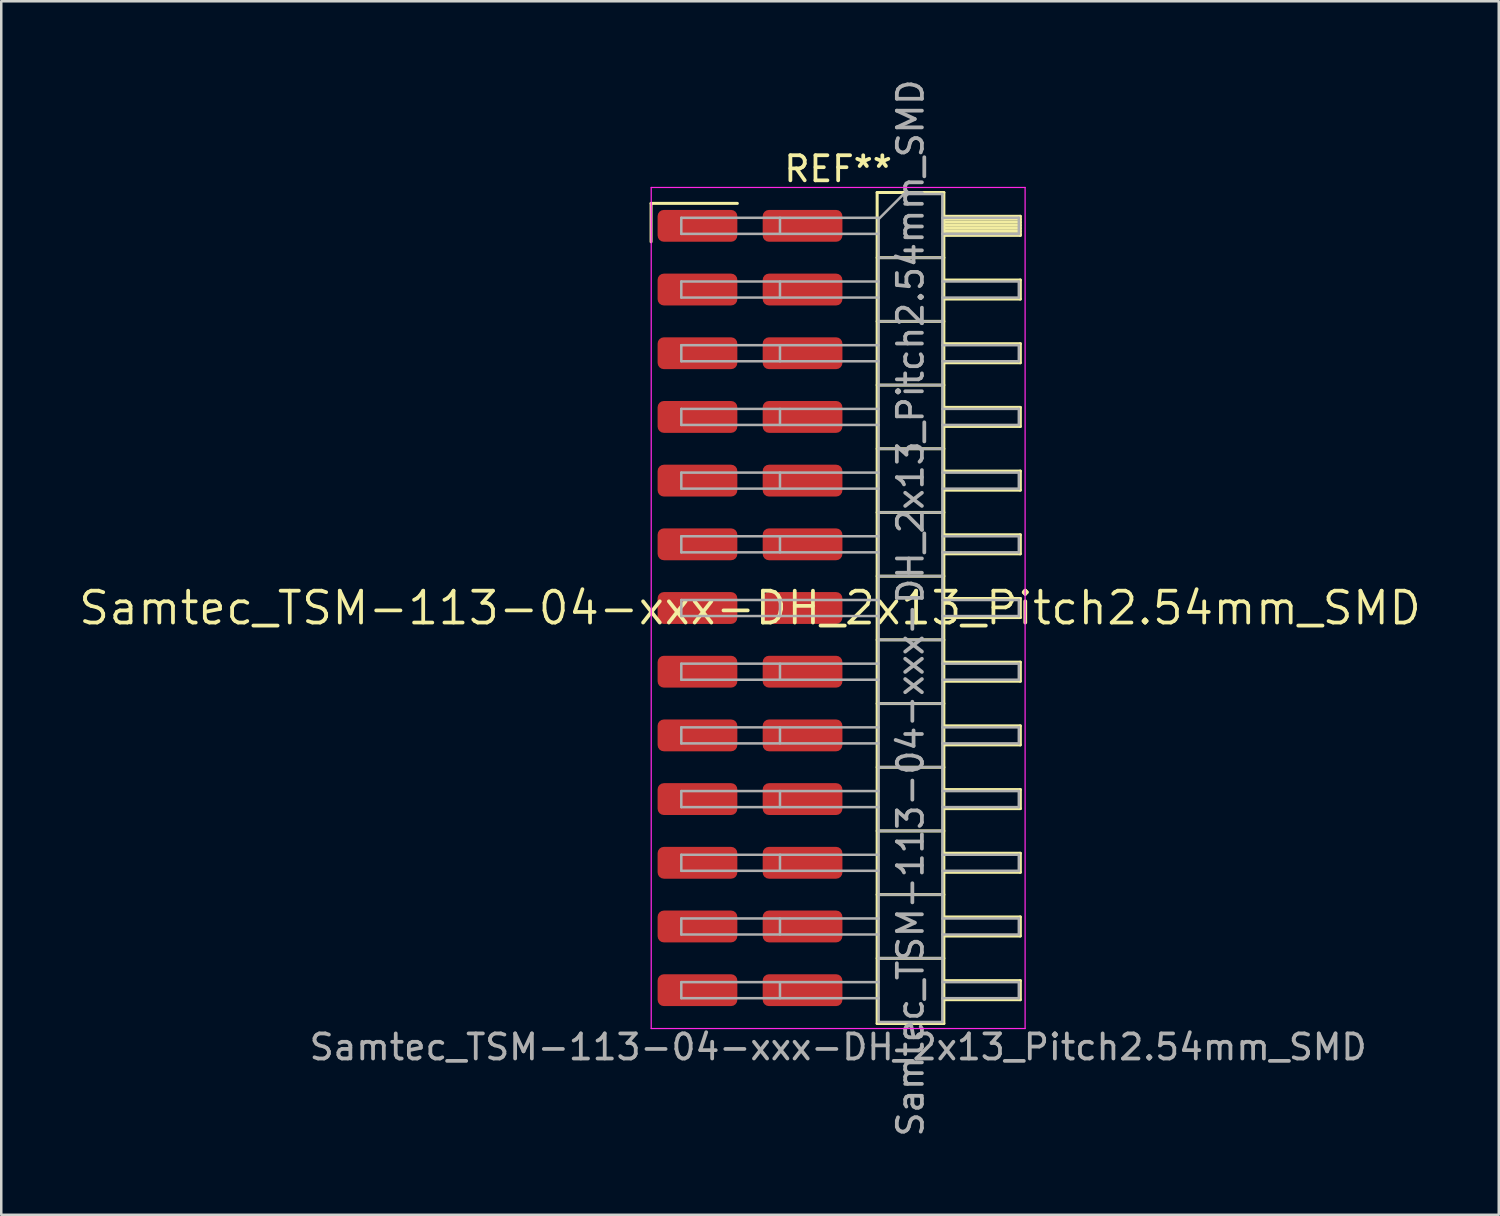
<source format=kicad_pcb>
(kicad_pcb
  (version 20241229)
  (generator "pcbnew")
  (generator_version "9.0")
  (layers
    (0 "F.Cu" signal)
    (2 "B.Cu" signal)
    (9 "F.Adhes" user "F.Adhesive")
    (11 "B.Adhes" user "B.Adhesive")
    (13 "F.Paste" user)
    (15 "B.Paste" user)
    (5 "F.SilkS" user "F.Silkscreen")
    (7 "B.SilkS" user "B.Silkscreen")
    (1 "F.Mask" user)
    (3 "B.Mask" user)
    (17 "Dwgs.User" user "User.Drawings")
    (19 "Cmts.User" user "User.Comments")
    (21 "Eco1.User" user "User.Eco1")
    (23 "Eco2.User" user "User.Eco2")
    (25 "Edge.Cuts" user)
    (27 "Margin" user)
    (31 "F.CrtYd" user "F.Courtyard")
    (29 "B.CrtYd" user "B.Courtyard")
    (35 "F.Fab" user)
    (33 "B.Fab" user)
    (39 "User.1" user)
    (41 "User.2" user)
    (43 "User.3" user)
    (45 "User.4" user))
  (footprint "Samtec_TSM-113-04-xxx-DH_2x13_Pitch2.54mm_SMD"
    (layer "F.Cu")
    (at 26.859 21.196)
    (property "Reference" "Samtec_TSM-113-04-xxx-DH_2x13_Pitch2.54mm_SMD" (at 0 0 0) (layer "F.SilkS") (effects (font (size 1.27 1.27) (thickness 0.15))))
    (attr smd)
    (fp_line (start -3.945 -16.135) (end -0.505 -16.135) (stroke (width 0.12) (type solid)) (layer "F.SilkS"))
    (fp_line (start -3.945 -14.605) (end -3.945 -16.135) (stroke (width 0.12) (type solid)) (layer "F.SilkS"))
    (fp_line (start 5.07 -16.57) (end 7.73 -16.57) (stroke (width 0.12) (type solid)) (layer "F.SilkS"))
    (fp_line (start 5.07 -13.97) (end 7.73 -13.97) (stroke (width 0.12) (type solid)) (layer "F.SilkS"))
    (fp_line (start 5.07 -11.43) (end 7.73 -11.43) (stroke (width 0.12) (type solid)) (layer "F.SilkS"))
    (fp_line (start 5.07 -8.89) (end 7.73 -8.89) (stroke (width 0.12) (type solid)) (layer "F.SilkS"))
    (fp_line (start 5.07 -6.35) (end 7.73 -6.35) (stroke (width 0.12) (type solid)) (layer "F.SilkS"))
    (fp_line (start 5.07 -3.81) (end 7.73 -3.81) (stroke (width 0.12) (type solid)) (layer "F.SilkS"))
    (fp_line (start 5.07 -1.27) (end 7.73 -1.27) (stroke (width 0.12) (type solid)) (layer "F.SilkS"))
    (fp_line (start 5.07 1.27) (end 7.73 1.27) (stroke (width 0.12) (type solid)) (layer "F.SilkS"))
    (fp_line (start 5.07 3.81) (end 7.73 3.81) (stroke (width 0.12) (type solid)) (layer "F.SilkS"))
    (fp_line (start 5.07 6.35) (end 7.73 6.35) (stroke (width 0.12) (type solid)) (layer "F.SilkS"))
    (fp_line (start 5.07 8.89) (end 7.73 8.89) (stroke (width 0.12) (type solid)) (layer "F.SilkS"))
    (fp_line (start 5.07 11.43) (end 7.73 11.43) (stroke (width 0.12) (type solid)) (layer "F.SilkS"))
    (fp_line (start 5.07 13.97) (end 7.73 13.97) (stroke (width 0.12) (type solid)) (layer "F.SilkS"))
    (fp_line (start 5.07 16.57) (end 5.07 -16.57) (stroke (width 0.12) (type solid)) (layer "F.SilkS"))
    (fp_line (start 7.73 -16.57) (end 7.73 16.57) (stroke (width 0.12) (type solid)) (layer "F.SilkS"))
    (fp_line (start 7.73 -15.62) (end 10.78 -15.62) (stroke (width 0.12) (type solid)) (layer "F.SilkS"))
    (fp_line (start 7.73 -15.5) (end 10.78 -15.5) (stroke (width 0.12) (type solid)) (layer "F.SilkS"))
    (fp_line (start 7.73 -15.38) (end 10.78 -15.38) (stroke (width 0.12) (type solid)) (layer "F.SilkS"))
    (fp_line (start 7.73 -15.26) (end 10.78 -15.26) (stroke (width 0.12) (type solid)) (layer "F.SilkS"))
    (fp_line (start 7.73 -15.14) (end 10.78 -15.14) (stroke (width 0.12) (type solid)) (layer "F.SilkS"))
    (fp_line (start 7.73 -15.02) (end 10.78 -15.02) (stroke (width 0.12) (type solid)) (layer "F.SilkS"))
    (fp_line (start 7.73 -14.9) (end 10.78 -14.9) (stroke (width 0.12) (type solid)) (layer "F.SilkS"))
    (fp_line (start 7.73 -14.86) (end 10.78 -14.86) (stroke (width 0.12) (type solid)) (layer "F.SilkS"))
    (fp_line (start 7.73 -13.08) (end 10.78 -13.08) (stroke (width 0.12) (type solid)) (layer "F.SilkS"))
    (fp_line (start 7.73 -12.32) (end 10.78 -12.32) (stroke (width 0.12) (type solid)) (layer "F.SilkS"))
    (fp_line (start 7.73 -10.54) (end 10.78 -10.54) (stroke (width 0.12) (type solid)) (layer "F.SilkS"))
    (fp_line (start 7.73 -9.78) (end 10.78 -9.78) (stroke (width 0.12) (type solid)) (layer "F.SilkS"))
    (fp_line (start 7.73 -8) (end 10.78 -8) (stroke (width 0.12) (type solid)) (layer "F.SilkS"))
    (fp_line (start 7.73 -7.24) (end 10.78 -7.24) (stroke (width 0.12) (type solid)) (layer "F.SilkS"))
    (fp_line (start 7.73 -5.46) (end 10.78 -5.46) (stroke (width 0.12) (type solid)) (layer "F.SilkS"))
    (fp_line (start 7.73 -4.7) (end 10.78 -4.7) (stroke (width 0.12) (type solid)) (layer "F.SilkS"))
    (fp_line (start 7.73 -2.92) (end 10.78 -2.92) (stroke (width 0.12) (type solid)) (layer "F.SilkS"))
    (fp_line (start 7.73 -2.16) (end 10.78 -2.16) (stroke (width 0.12) (type solid)) (layer "F.SilkS"))
    (fp_line (start 7.73 -0.38) (end 10.78 -0.38) (stroke (width 0.12) (type solid)) (layer "F.SilkS"))
    (fp_line (start 7.73 0.38) (end 10.78 0.38) (stroke (width 0.12) (type solid)) (layer "F.SilkS"))
    (fp_line (start 7.73 2.16) (end 10.78 2.16) (stroke (width 0.12) (type solid)) (layer "F.SilkS"))
    (fp_line (start 7.73 2.92) (end 10.78 2.92) (stroke (width 0.12) (type solid)) (layer "F.SilkS"))
    (fp_line (start 7.73 4.7) (end 10.78 4.7) (stroke (width 0.12) (type solid)) (layer "F.SilkS"))
    (fp_line (start 7.73 5.46) (end 10.78 5.46) (stroke (width 0.12) (type solid)) (layer "F.SilkS"))
    (fp_line (start 7.73 7.24) (end 10.78 7.24) (stroke (width 0.12) (type solid)) (layer "F.SilkS"))
    (fp_line (start 7.73 8) (end 10.78 8) (stroke (width 0.12) (type solid)) (layer "F.SilkS"))
    (fp_line (start 7.73 9.78) (end 10.78 9.78) (stroke (width 0.12) (type solid)) (layer "F.SilkS"))
    (fp_line (start 7.73 10.54) (end 10.78 10.54) (stroke (width 0.12) (type solid)) (layer "F.SilkS"))
    (fp_line (start 7.73 12.32) (end 10.78 12.32) (stroke (width 0.12) (type solid)) (layer "F.SilkS"))
    (fp_line (start 7.73 13.08) (end 10.78 13.08) (stroke (width 0.12) (type solid)) (layer "F.SilkS"))
    (fp_line (start 7.73 14.86) (end 10.78 14.86) (stroke (width 0.12) (type solid)) (layer "F.SilkS"))
    (fp_line (start 7.73 15.62) (end 10.78 15.62) (stroke (width 0.12) (type solid)) (layer "F.SilkS"))
    (fp_line (start 7.73 16.57) (end 5.07 16.57) (stroke (width 0.12) (type solid)) (layer "F.SilkS"))
    (fp_line (start 10.78 -15.62) (end 10.78 -14.86) (stroke (width 0.12) (type solid)) (layer "F.SilkS"))
    (fp_line (start 10.78 -13.08) (end 10.78 -12.32) (stroke (width 0.12) (type solid)) (layer "F.SilkS"))
    (fp_line (start 10.78 -10.54) (end 10.78 -9.78) (stroke (width 0.12) (type solid)) (layer "F.SilkS"))
    (fp_line (start 10.78 -8) (end 10.78 -7.24) (stroke (width 0.12) (type solid)) (layer "F.SilkS"))
    (fp_line (start 10.78 -5.46) (end 10.78 -4.7) (stroke (width 0.12) (type solid)) (layer "F.SilkS"))
    (fp_line (start 10.78 -2.92) (end 10.78 -2.16) (stroke (width 0.12) (type solid)) (layer "F.SilkS"))
    (fp_line (start 10.78 -0.38) (end 10.78 0.38) (stroke (width 0.12) (type solid)) (layer "F.SilkS"))
    (fp_line (start 10.78 2.16) (end 10.78 2.92) (stroke (width 0.12) (type solid)) (layer "F.SilkS"))
    (fp_line (start 10.78 4.7) (end 10.78 5.46) (stroke (width 0.12) (type solid)) (layer "F.SilkS"))
    (fp_line (start 10.78 7.24) (end 10.78 8) (stroke (width 0.12) (type solid)) (layer "F.SilkS"))
    (fp_line (start 10.78 9.78) (end 10.78 10.54) (stroke (width 0.12) (type solid)) (layer "F.SilkS"))
    (fp_line (start 10.78 12.32) (end 10.78 13.08) (stroke (width 0.12) (type solid)) (layer "F.SilkS"))
    (fp_line (start 10.78 14.86) (end 10.78 15.62) (stroke (width 0.12) (type solid)) (layer "F.SilkS"))
    (fp_line (start -3.94 -16.77) (end 10.97 -16.77) (stroke (width 0.05) (type solid)) (layer "F.CrtYd"))
    (fp_line (start -3.94 16.77) (end -3.94 -16.77) (stroke (width 0.05) (type solid)) (layer "F.CrtYd"))
    (fp_line (start 10.97 -16.77) (end 10.97 16.77) (stroke (width 0.05) (type solid)) (layer "F.CrtYd"))
    (fp_line (start 10.97 16.77) (end -3.94 16.77) (stroke (width 0.05) (type solid)) (layer "F.CrtYd"))
    (fp_line (start -2.74 -15.56) (end -2.74 -14.92) (stroke (width 0.1) (type solid)) (layer "F.Fab"))
    (fp_line (start -2.74 -15.56) (end 5.13 -15.56) (stroke (width 0.1) (type solid)) (layer "F.Fab"))
    (fp_line (start -2.74 -14.92) (end 5.13 -14.92) (stroke (width 0.1) (type solid)) (layer "F.Fab"))
    (fp_line (start -2.74 -13.02) (end -2.74 -12.38) (stroke (width 0.1) (type solid)) (layer "F.Fab"))
    (fp_line (start -2.74 -13.02) (end 5.13 -13.02) (stroke (width 0.1) (type solid)) (layer "F.Fab"))
    (fp_line (start -2.74 -12.38) (end 5.13 -12.38) (stroke (width 0.1) (type solid)) (layer "F.Fab"))
    (fp_line (start -2.74 -10.48) (end -2.74 -9.84) (stroke (width 0.1) (type solid)) (layer "F.Fab"))
    (fp_line (start -2.74 -10.48) (end 5.13 -10.48) (stroke (width 0.1) (type solid)) (layer "F.Fab"))
    (fp_line (start -2.74 -9.84) (end 5.13 -9.84) (stroke (width 0.1) (type solid)) (layer "F.Fab"))
    (fp_line (start -2.74 -7.94) (end -2.74 -7.3) (stroke (width 0.1) (type solid)) (layer "F.Fab"))
    (fp_line (start -2.74 -7.94) (end 5.13 -7.94) (stroke (width 0.1) (type solid)) (layer "F.Fab"))
    (fp_line (start -2.74 -7.3) (end 5.13 -7.3) (stroke (width 0.1) (type solid)) (layer "F.Fab"))
    (fp_line (start -2.74 -5.4) (end -2.74 -4.76) (stroke (width 0.1) (type solid)) (layer "F.Fab"))
    (fp_line (start -2.74 -5.4) (end 5.13 -5.4) (stroke (width 0.1) (type solid)) (layer "F.Fab"))
    (fp_line (start -2.74 -4.76) (end 5.13 -4.76) (stroke (width 0.1) (type solid)) (layer "F.Fab"))
    (fp_line (start -2.74 -2.86) (end -2.74 -2.22) (stroke (width 0.1) (type solid)) (layer "F.Fab"))
    (fp_line (start -2.74 -2.86) (end 5.13 -2.86) (stroke (width 0.1) (type solid)) (layer "F.Fab"))
    (fp_line (start -2.74 -2.22) (end 5.13 -2.22) (stroke (width 0.1) (type solid)) (layer "F.Fab"))
    (fp_line (start -2.74 -0.32) (end -2.74 0.32) (stroke (width 0.1) (type solid)) (layer "F.Fab"))
    (fp_line (start -2.74 -0.32) (end 5.13 -0.32) (stroke (width 0.1) (type solid)) (layer "F.Fab"))
    (fp_line (start -2.74 0.32) (end 5.13 0.32) (stroke (width 0.1) (type solid)) (layer "F.Fab"))
    (fp_line (start -2.74 2.22) (end -2.74 2.86) (stroke (width 0.1) (type solid)) (layer "F.Fab"))
    (fp_line (start -2.74 2.22) (end 5.13 2.22) (stroke (width 0.1) (type solid)) (layer "F.Fab"))
    (fp_line (start -2.74 2.86) (end 5.13 2.86) (stroke (width 0.1) (type solid)) (layer "F.Fab"))
    (fp_line (start -2.74 4.76) (end -2.74 5.4) (stroke (width 0.1) (type solid)) (layer "F.Fab"))
    (fp_line (start -2.74 4.76) (end 5.13 4.76) (stroke (width 0.1) (type solid)) (layer "F.Fab"))
    (fp_line (start -2.74 5.4) (end 5.13 5.4) (stroke (width 0.1) (type solid)) (layer "F.Fab"))
    (fp_line (start -2.74 7.3) (end -2.74 7.94) (stroke (width 0.1) (type solid)) (layer "F.Fab"))
    (fp_line (start -2.74 7.3) (end 5.13 7.3) (stroke (width 0.1) (type solid)) (layer "F.Fab"))
    (fp_line (start -2.74 7.94) (end 5.13 7.94) (stroke (width 0.1) (type solid)) (layer "F.Fab"))
    (fp_line (start -2.74 9.84) (end -2.74 10.48) (stroke (width 0.1) (type solid)) (layer "F.Fab"))
    (fp_line (start -2.74 9.84) (end 5.13 9.84) (stroke (width 0.1) (type solid)) (layer "F.Fab"))
    (fp_line (start -2.74 10.48) (end 5.13 10.48) (stroke (width 0.1) (type solid)) (layer "F.Fab"))
    (fp_line (start -2.74 12.38) (end -2.74 13.02) (stroke (width 0.1) (type solid)) (layer "F.Fab"))
    (fp_line (start -2.74 12.38) (end 5.13 12.38) (stroke (width 0.1) (type solid)) (layer "F.Fab"))
    (fp_line (start -2.74 13.02) (end 5.13 13.02) (stroke (width 0.1) (type solid)) (layer "F.Fab"))
    (fp_line (start -2.74 14.92) (end -2.74 15.56) (stroke (width 0.1) (type solid)) (layer "F.Fab"))
    (fp_line (start -2.74 14.92) (end 5.13 14.92) (stroke (width 0.1) (type solid)) (layer "F.Fab"))
    (fp_line (start -2.74 15.56) (end 5.13 15.56) (stroke (width 0.1) (type solid)) (layer "F.Fab"))
    (fp_line (start 1.195 -15.56) (end 1.195 -14.92) (stroke (width 0.1) (type solid)) (layer "F.Fab"))
    (fp_line (start 1.195 -13.02) (end 1.195 -12.38) (stroke (width 0.1) (type solid)) (layer "F.Fab"))
    (fp_line (start 1.195 -10.48) (end 1.195 -9.84) (stroke (width 0.1) (type solid)) (layer "F.Fab"))
    (fp_line (start 1.195 -7.94) (end 1.195 -7.3) (stroke (width 0.1) (type solid)) (layer "F.Fab"))
    (fp_line (start 1.195 -5.4) (end 1.195 -4.76) (stroke (width 0.1) (type solid)) (layer "F.Fab"))
    (fp_line (start 1.195 -2.86) (end 1.195 -2.22) (stroke (width 0.1) (type solid)) (layer "F.Fab"))
    (fp_line (start 1.195 -0.32) (end 1.195 0.32) (stroke (width 0.1) (type solid)) (layer "F.Fab"))
    (fp_line (start 1.195 2.22) (end 1.195 2.86) (stroke (width 0.1) (type solid)) (layer "F.Fab"))
    (fp_line (start 1.195 4.76) (end 1.195 5.4) (stroke (width 0.1) (type solid)) (layer "F.Fab"))
    (fp_line (start 1.195 7.3) (end 1.195 7.94) (stroke (width 0.1) (type solid)) (layer "F.Fab"))
    (fp_line (start 1.195 9.84) (end 1.195 10.48) (stroke (width 0.1) (type solid)) (layer "F.Fab"))
    (fp_line (start 1.195 12.38) (end 1.195 13.02) (stroke (width 0.1) (type solid)) (layer "F.Fab"))
    (fp_line (start 1.195 14.92) (end 1.195 15.56) (stroke (width 0.1) (type solid)) (layer "F.Fab"))
    (fp_line (start 5.13 -15.51) (end 6.13 -16.51) (stroke (width 0.1) (type solid)) (layer "F.Fab"))
    (fp_line (start 5.13 -13.97) (end 7.67 -13.97) (stroke (width 0.1) (type solid)) (layer "F.Fab"))
    (fp_line (start 5.13 -11.43) (end 7.67 -11.43) (stroke (width 0.1) (type solid)) (layer "F.Fab"))
    (fp_line (start 5.13 -8.89) (end 7.67 -8.89) (stroke (width 0.1) (type solid)) (layer "F.Fab"))
    (fp_line (start 5.13 -6.35) (end 7.67 -6.35) (stroke (width 0.1) (type solid)) (layer "F.Fab"))
    (fp_line (start 5.13 -3.81) (end 7.67 -3.81) (stroke (width 0.1) (type solid)) (layer "F.Fab"))
    (fp_line (start 5.13 -1.27) (end 7.67 -1.27) (stroke (width 0.1) (type solid)) (layer "F.Fab"))
    (fp_line (start 5.13 1.27) (end 7.67 1.27) (stroke (width 0.1) (type solid)) (layer "F.Fab"))
    (fp_line (start 5.13 3.81) (end 7.67 3.81) (stroke (width 0.1) (type solid)) (layer "F.Fab"))
    (fp_line (start 5.13 6.35) (end 7.67 6.35) (stroke (width 0.1) (type solid)) (layer "F.Fab"))
    (fp_line (start 5.13 8.89) (end 7.67 8.89) (stroke (width 0.1) (type solid)) (layer "F.Fab"))
    (fp_line (start 5.13 11.43) (end 7.67 11.43) (stroke (width 0.1) (type solid)) (layer "F.Fab"))
    (fp_line (start 5.13 13.97) (end 7.67 13.97) (stroke (width 0.1) (type solid)) (layer "F.Fab"))
    (fp_line (start 5.13 16.51) (end 5.13 -15.51) (stroke (width 0.1) (type solid)) (layer "F.Fab"))
    (fp_line (start 6.13 -16.51) (end 7.67 -16.51) (stroke (width 0.1) (type solid)) (layer "F.Fab"))
    (fp_line (start 7.67 -16.51) (end 7.67 16.51) (stroke (width 0.1) (type solid)) (layer "F.Fab"))
    (fp_line (start 7.67 -15.56) (end 10.72 -15.56) (stroke (width 0.1) (type solid)) (layer "F.Fab"))
    (fp_line (start 7.67 -14.92) (end 10.72 -14.92) (stroke (width 0.1) (type solid)) (layer "F.Fab"))
    (fp_line (start 7.67 -13.02) (end 10.72 -13.02) (stroke (width 0.1) (type solid)) (layer "F.Fab"))
    (fp_line (start 7.67 -12.38) (end 10.72 -12.38) (stroke (width 0.1) (type solid)) (layer "F.Fab"))
    (fp_line (start 7.67 -10.48) (end 10.72 -10.48) (stroke (width 0.1) (type solid)) (layer "F.Fab"))
    (fp_line (start 7.67 -9.84) (end 10.72 -9.84) (stroke (width 0.1) (type solid)) (layer "F.Fab"))
    (fp_line (start 7.67 -7.94) (end 10.72 -7.94) (stroke (width 0.1) (type solid)) (layer "F.Fab"))
    (fp_line (start 7.67 -7.3) (end 10.72 -7.3) (stroke (width 0.1) (type solid)) (layer "F.Fab"))
    (fp_line (start 7.67 -5.4) (end 10.72 -5.4) (stroke (width 0.1) (type solid)) (layer "F.Fab"))
    (fp_line (start 7.67 -4.76) (end 10.72 -4.76) (stroke (width 0.1) (type solid)) (layer "F.Fab"))
    (fp_line (start 7.67 -2.86) (end 10.72 -2.86) (stroke (width 0.1) (type solid)) (layer "F.Fab"))
    (fp_line (start 7.67 -2.22) (end 10.72 -2.22) (stroke (width 0.1) (type solid)) (layer "F.Fab"))
    (fp_line (start 7.67 -0.32) (end 10.72 -0.32) (stroke (width 0.1) (type solid)) (layer "F.Fab"))
    (fp_line (start 7.67 0.32) (end 10.72 0.32) (stroke (width 0.1) (type solid)) (layer "F.Fab"))
    (fp_line (start 7.67 2.22) (end 10.72 2.22) (stroke (width 0.1) (type solid)) (layer "F.Fab"))
    (fp_line (start 7.67 2.86) (end 10.72 2.86) (stroke (width 0.1) (type solid)) (layer "F.Fab"))
    (fp_line (start 7.67 4.76) (end 10.72 4.76) (stroke (width 0.1) (type solid)) (layer "F.Fab"))
    (fp_line (start 7.67 5.4) (end 10.72 5.4) (stroke (width 0.1) (type solid)) (layer "F.Fab"))
    (fp_line (start 7.67 7.3) (end 10.72 7.3) (stroke (width 0.1) (type solid)) (layer "F.Fab"))
    (fp_line (start 7.67 7.94) (end 10.72 7.94) (stroke (width 0.1) (type solid)) (layer "F.Fab"))
    (fp_line (start 7.67 9.84) (end 10.72 9.84) (stroke (width 0.1) (type solid)) (layer "F.Fab"))
    (fp_line (start 7.67 10.48) (end 10.72 10.48) (stroke (width 0.1) (type solid)) (layer "F.Fab"))
    (fp_line (start 7.67 12.38) (end 10.72 12.38) (stroke (width 0.1) (type solid)) (layer "F.Fab"))
    (fp_line (start 7.67 13.02) (end 10.72 13.02) (stroke (width 0.1) (type solid)) (layer "F.Fab"))
    (fp_line (start 7.67 14.92) (end 10.72 14.92) (stroke (width 0.1) (type solid)) (layer "F.Fab"))
    (fp_line (start 7.67 15.56) (end 10.72 15.56) (stroke (width 0.1) (type solid)) (layer "F.Fab"))
    (fp_line (start 7.67 16.51) (end 5.13 16.51) (stroke (width 0.1) (type solid)) (layer "F.Fab"))
    (fp_line (start 10.72 -15.56) (end 10.72 -14.92) (stroke (width 0.1) (type solid)) (layer "F.Fab"))
    (fp_line (start 10.72 -13.02) (end 10.72 -12.38) (stroke (width 0.1) (type solid)) (layer "F.Fab"))
    (fp_line (start 10.72 -10.48) (end 10.72 -9.84) (stroke (width 0.1) (type solid)) (layer "F.Fab"))
    (fp_line (start 10.72 -7.94) (end 10.72 -7.3) (stroke (width 0.1) (type solid)) (layer "F.Fab"))
    (fp_line (start 10.72 -5.4) (end 10.72 -4.76) (stroke (width 0.1) (type solid)) (layer "F.Fab"))
    (fp_line (start 10.72 -2.86) (end 10.72 -2.22) (stroke (width 0.1) (type solid)) (layer "F.Fab"))
    (fp_line (start 10.72 -0.32) (end 10.72 0.32) (stroke (width 0.1) (type solid)) (layer "F.Fab"))
    (fp_line (start 10.72 2.22) (end 10.72 2.86) (stroke (width 0.1) (type solid)) (layer "F.Fab"))
    (fp_line (start 10.72 4.76) (end 10.72 5.4) (stroke (width 0.1) (type solid)) (layer "F.Fab"))
    (fp_line (start 10.72 7.3) (end 10.72 7.94) (stroke (width 0.1) (type solid)) (layer "F.Fab"))
    (fp_line (start 10.72 9.84) (end 10.72 10.48) (stroke (width 0.1) (type solid)) (layer "F.Fab"))
    (fp_line (start 10.72 12.38) (end 10.72 13.02) (stroke (width 0.1) (type solid)) (layer "F.Fab"))
    (fp_line (start 10.72 14.92) (end 10.72 15.56) (stroke (width 0.1) (type solid)) (layer "F.Fab"))
    (fp_text user "REF**" (at 3.515 -17.51 0) (layer "F.SilkS") (effects (font (size 1 1) (thickness 0.15))))
    (fp_text user "Samtec_TSM-113-04-xxx-DH_2x13_Pitch2.54mm_SMD" (at 3.515 17.51 0) (layer "F.Fab") (effects (font (size 1 1) (thickness 0.15))))
    (fp_text user "${REFERENCE}" (at 6.4 0 90) (layer "F.Fab") (effects (font (size 1 1) (thickness 0.15))))
    (pad "1" smd roundrect (at -2.095 -15.24) (size 3.18 1.27) (layers "F.Cu" "F.Mask" "F.Paste") (roundrect_rratio 0.197))
    (pad "2" smd roundrect (at 2.095 -15.24) (size 3.18 1.27) (layers "F.Cu" "F.Mask" "F.Paste") (roundrect_rratio 0.197))
    (pad "3" smd roundrect (at -2.095 -12.7) (size 3.18 1.27) (layers "F.Cu" "F.Mask" "F.Paste") (roundrect_rratio 0.197))
    (pad "4" smd roundrect (at 2.095 -12.7) (size 3.18 1.27) (layers "F.Cu" "F.Mask" "F.Paste") (roundrect_rratio 0.197))
    (pad "5" smd roundrect (at -2.095 -10.16) (size 3.18 1.27) (layers "F.Cu" "F.Mask" "F.Paste") (roundrect_rratio 0.197))
    (pad "6" smd roundrect (at 2.095 -10.16) (size 3.18 1.27) (layers "F.Cu" "F.Mask" "F.Paste") (roundrect_rratio 0.197))
    (pad "7" smd roundrect (at -2.095 -7.62) (size 3.18 1.27) (layers "F.Cu" "F.Mask" "F.Paste") (roundrect_rratio 0.197))
    (pad "8" smd roundrect (at 2.095 -7.62) (size 3.18 1.27) (layers "F.Cu" "F.Mask" "F.Paste") (roundrect_rratio 0.197))
    (pad "9" smd roundrect (at -2.095 -5.08) (size 3.18 1.27) (layers "F.Cu" "F.Mask" "F.Paste") (roundrect_rratio 0.197))
    (pad "10" smd roundrect (at 2.095 -5.08) (size 3.18 1.27) (layers "F.Cu" "F.Mask" "F.Paste") (roundrect_rratio 0.197))
    (pad "11" smd roundrect (at -2.095 -2.54) (size 3.18 1.27) (layers "F.Cu" "F.Mask" "F.Paste") (roundrect_rratio 0.197))
    (pad "12" smd roundrect (at 2.095 -2.54) (size 3.18 1.27) (layers "F.Cu" "F.Mask" "F.Paste") (roundrect_rratio 0.197))
    (pad "13" smd roundrect (at -2.095 0) (size 3.18 1.27) (layers "F.Cu" "F.Mask" "F.Paste") (roundrect_rratio 0.197))
    (pad "14" smd roundrect (at 2.095 0) (size 3.18 1.27) (layers "F.Cu" "F.Mask" "F.Paste") (roundrect_rratio 0.197))
    (pad "15" smd roundrect (at -2.095 2.54) (size 3.18 1.27) (layers "F.Cu" "F.Mask" "F.Paste") (roundrect_rratio 0.197))
    (pad "16" smd roundrect (at 2.095 2.54) (size 3.18 1.27) (layers "F.Cu" "F.Mask" "F.Paste") (roundrect_rratio 0.197))
    (pad "17" smd roundrect (at -2.095 5.08) (size 3.18 1.27) (layers "F.Cu" "F.Mask" "F.Paste") (roundrect_rratio 0.197))
    (pad "18" smd roundrect (at 2.095 5.08) (size 3.18 1.27) (layers "F.Cu" "F.Mask" "F.Paste") (roundrect_rratio 0.197))
    (pad "19" smd roundrect (at -2.095 7.62) (size 3.18 1.27) (layers "F.Cu" "F.Mask" "F.Paste") (roundrect_rratio 0.197))
    (pad "20" smd roundrect (at 2.095 7.62) (size 3.18 1.27) (layers "F.Cu" "F.Mask" "F.Paste") (roundrect_rratio 0.197))
    (pad "21" smd roundrect (at -2.095 10.16) (size 3.18 1.27) (layers "F.Cu" "F.Mask" "F.Paste") (roundrect_rratio 0.197))
    (pad "22" smd roundrect (at 2.095 10.16) (size 3.18 1.27) (layers "F.Cu" "F.Mask" "F.Paste") (roundrect_rratio 0.197))
    (pad "23" smd roundrect (at -2.095 12.7) (size 3.18 1.27) (layers "F.Cu" "F.Mask" "F.Paste") (roundrect_rratio 0.197))
    (pad "24" smd roundrect (at 2.095 12.7) (size 3.18 1.27) (layers "F.Cu" "F.Mask" "F.Paste") (roundrect_rratio 0.197))
    (pad "25" smd roundrect (at -2.095 15.24) (size 3.18 1.27) (layers "F.Cu" "F.Mask" "F.Paste") (roundrect_rratio 0.197))
    (pad "26" smd roundrect (at 2.095 15.24) (size 3.18 1.27) (layers "F.Cu" "F.Mask" "F.Paste") (roundrect_rratio 0.197)))
  (gr_rect
    (start -3 -3)
    (end 56.717 45.393)
    (stroke (width 0.1) (type default))
    (fill no)
    (layer "Edge.Cuts")))
</source>
